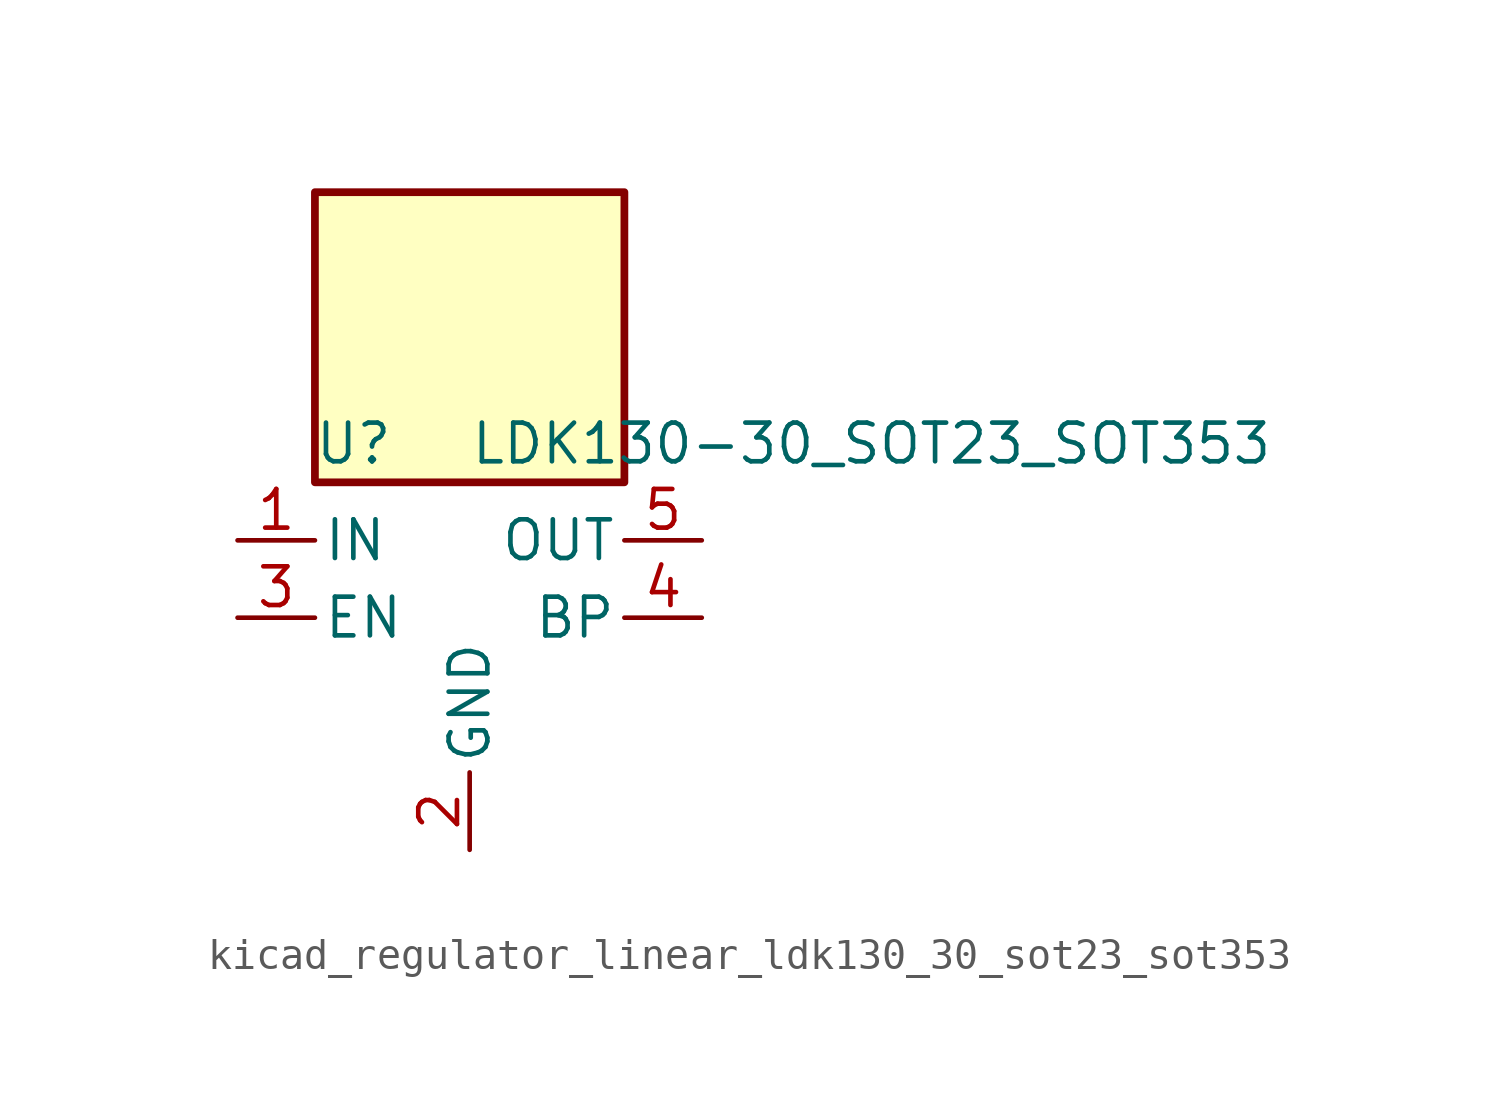
<source format=kicad_sym>
(kicad_symbol_lib
  (version 20220914)
  (generator kicad_symbol_editor)
  (symbol "kicad_regulator_linear_ldk130_30_sot23_sot353"
    (pin_names
      (offset 0.254))
    (property "Reference" "U"
      (at -3.81 5.715 0)
      (effects (font (size 1.27 1.27))))
    (property "Value" "LDK130-30_SOT23_SOT353"
      (at 0 5.715 0)
      (effects (font (size 1.27 1.27)) (justify left)))
    (symbol "kicad_regulator_linear_ldk130_30_sot23_sot353_0_1"
      (rectangle (start 5.08 13.97) (end -5.08 4.445) (stroke (width 0.254) (type default)) (fill (type background))))
    (symbol "kicad_regulator_linear_ldk130_30_sot23_sot353_1_1"
      (pin power_in line (at -7.62 2.54 0) (length 2.54) (name "IN" (effects (font (size 1.27 1.27)))) (number "1" (effects (font (size 1.27 1.27)))))
      (pin power_in line (at 0 -7.62 90) (length 2.54) (name "GND" (effects (font (size 1.27 1.27)))) (number "2" (effects (font (size 1.27 1.27)))))
      (pin input line (at -7.62 0 0) (length 2.54) (name "EN" (effects (font (size 1.27 1.27)))) (number "3" (effects (font (size 1.27 1.27)))))
      (pin passive line (at 7.62 0 180) (length 2.54) (name "BP" (effects (font (size 1.27 1.27)))) (number "4" (effects (font (size 1.27 1.27)))))
      (pin power_out line (at 7.62 2.54 180) (length 2.54) (name "OUT" (effects (font (size 1.27 1.27)))) (number "5" (effects (font (size 1.27 1.27))))))))
</source>
